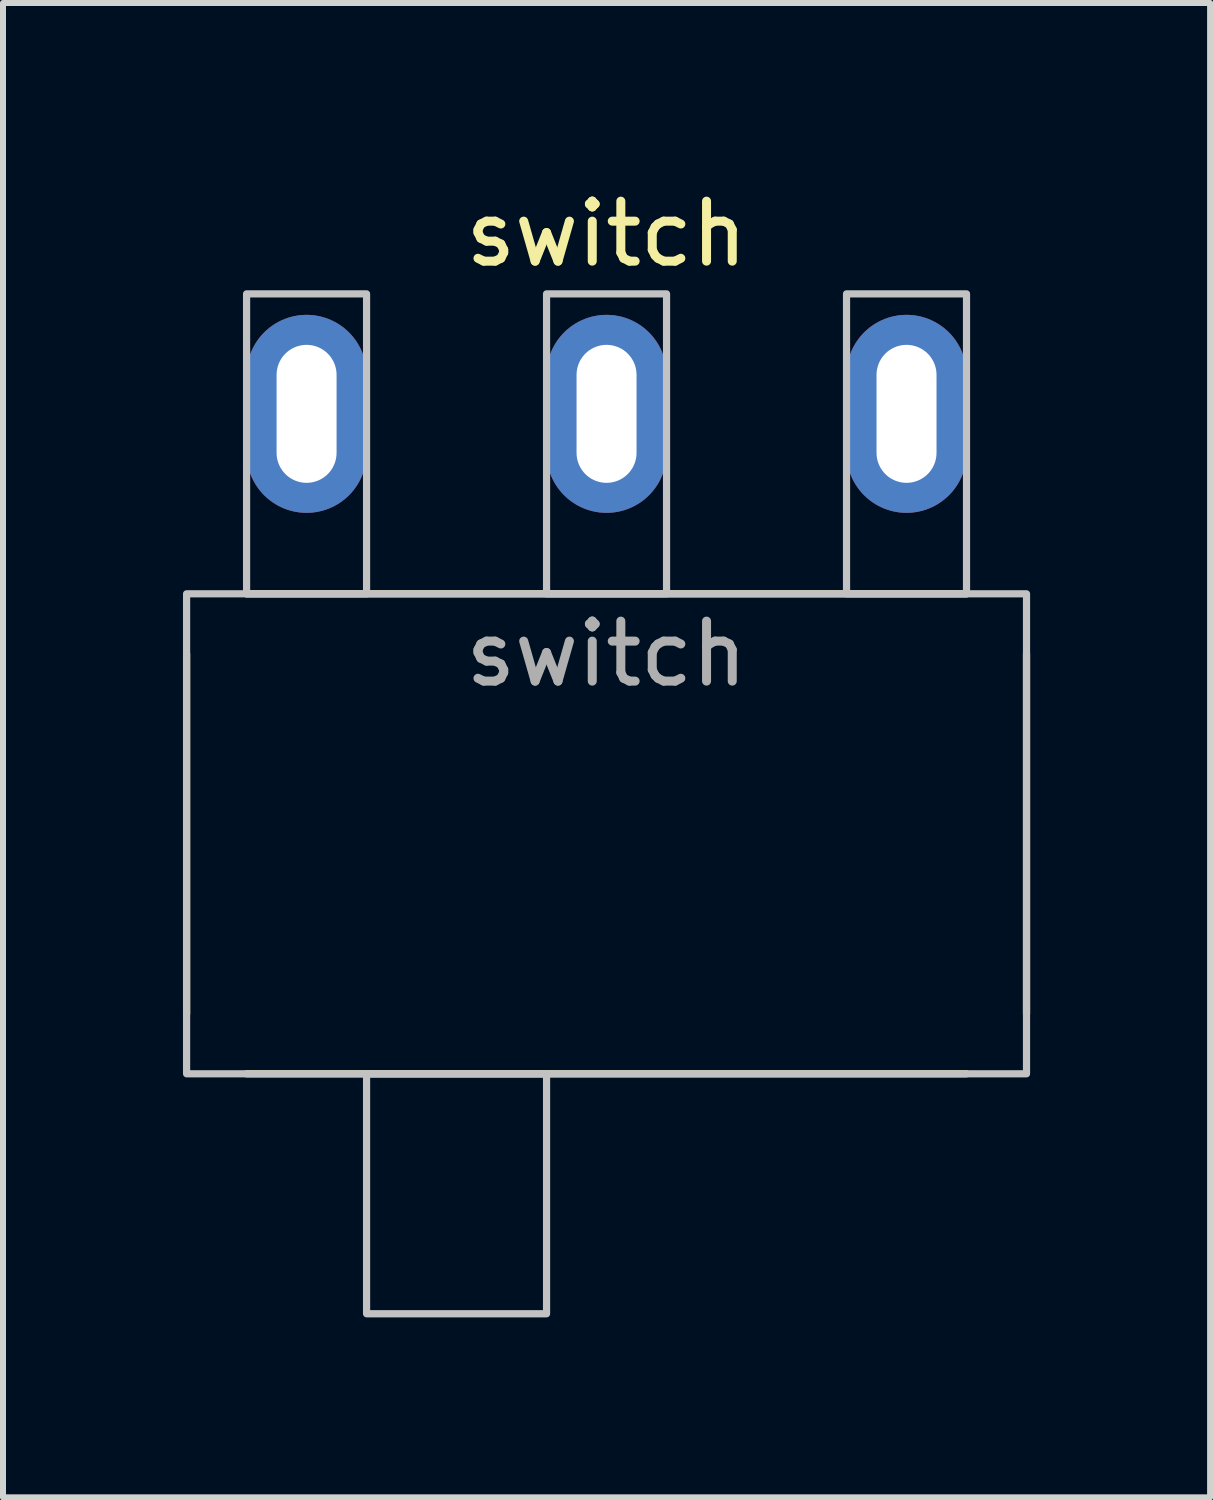
<source format=kicad_pcb>
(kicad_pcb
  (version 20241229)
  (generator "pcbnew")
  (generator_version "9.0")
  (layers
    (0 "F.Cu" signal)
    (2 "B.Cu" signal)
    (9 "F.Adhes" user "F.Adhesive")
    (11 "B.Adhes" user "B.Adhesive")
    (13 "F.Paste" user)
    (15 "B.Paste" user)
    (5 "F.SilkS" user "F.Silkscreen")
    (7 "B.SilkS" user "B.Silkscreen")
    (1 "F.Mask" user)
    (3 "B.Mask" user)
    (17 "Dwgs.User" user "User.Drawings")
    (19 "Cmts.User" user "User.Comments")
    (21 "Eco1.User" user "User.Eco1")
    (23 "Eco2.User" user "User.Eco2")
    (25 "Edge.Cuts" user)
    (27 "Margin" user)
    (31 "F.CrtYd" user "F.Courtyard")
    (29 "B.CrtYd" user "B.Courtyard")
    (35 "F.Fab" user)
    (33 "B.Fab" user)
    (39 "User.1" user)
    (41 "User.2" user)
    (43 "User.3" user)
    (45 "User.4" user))
  (footprint "switch"
    (layer "F.Cu")
    (at 7.06 3.848)
    (property "Reference" "switch" (at 0 -3 0) (unlocked yes) (layer "F.SilkS") (effects (font (size 1 1) (thickness 0.15))))
    (attr through_hole)
    (fp_line (start -7 10) (end -7 4) (stroke (width 0.12) (type solid)) (layer "F.SilkS"))
    (fp_line (start -6 3) (end 6 3) (stroke (width 0.12) (type solid)) (layer "F.SilkS"))
    (fp_line (start 6 11) (end -6 11) (stroke (width 0.12) (type solid)) (layer "F.SilkS"))
    (fp_line (start 7 4) (end 7 10) (stroke (width 0.12) (type solid)) (layer "F.SilkS"))
    (fp_rect (start -7 3) (end 7 11) (stroke (width 0.12) (type solid)) (fill no) (layer "Dwgs.User"))
    (fp_rect (start -6 3) (end -4 -2) (stroke (width 0.12) (type solid)) (fill no) (layer "Dwgs.User"))
    (fp_rect (start -4 11) (end -1 15) (stroke (width 0.12) (type solid)) (fill no) (layer "Dwgs.User"))
    (fp_rect (start -1 3) (end 1 -2) (stroke (width 0.12) (type solid)) (fill no) (layer "Dwgs.User"))
    (fp_rect (start 4 3) (end 6 -2) (stroke (width 0.12) (type solid)) (fill no) (layer "Dwgs.User"))
    (fp_text user "${REFERENCE}" (at 0 4 0) (unlocked yes) (layer "F.Fab") (effects (font (size 1 1) (thickness 0.15))))
    (pad "1" thru_hole oval (at -5 0 90) (size 3.3 2) (drill oval 2.3 1) (layers "*.Cu" "*.Mask"))
    (pad "2" thru_hole oval (at 0 0 90) (size 3.3 2) (drill oval 2.3 1) (layers "*.Cu" "*.Mask"))
    (pad "3" thru_hole oval (at 5 0 90) (size 3.3 2) (drill oval 2.3 1) (layers "*.Cu" "*.Mask")))
  (gr_rect
    (start -3 -3)
    (end 17.12 21.908)
    (stroke (width 0.1) (type default))
    (fill no)
    (layer "Edge.Cuts")))
</source>
